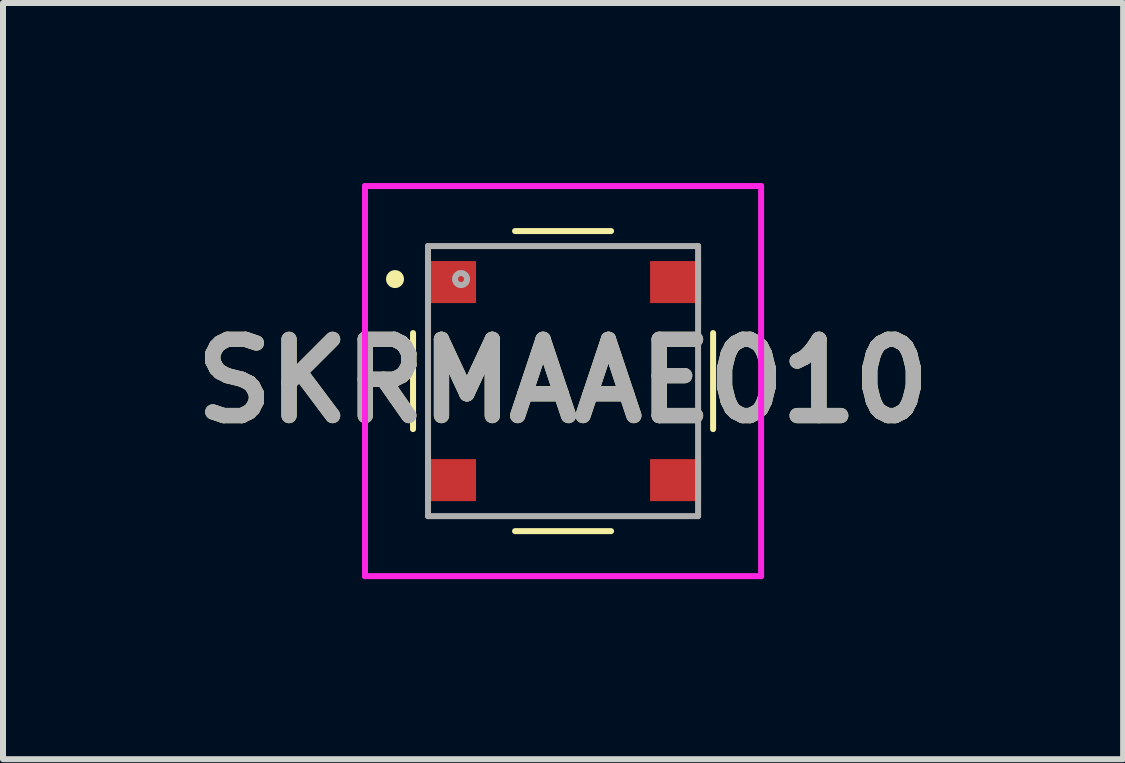
<source format=kicad_pcb>
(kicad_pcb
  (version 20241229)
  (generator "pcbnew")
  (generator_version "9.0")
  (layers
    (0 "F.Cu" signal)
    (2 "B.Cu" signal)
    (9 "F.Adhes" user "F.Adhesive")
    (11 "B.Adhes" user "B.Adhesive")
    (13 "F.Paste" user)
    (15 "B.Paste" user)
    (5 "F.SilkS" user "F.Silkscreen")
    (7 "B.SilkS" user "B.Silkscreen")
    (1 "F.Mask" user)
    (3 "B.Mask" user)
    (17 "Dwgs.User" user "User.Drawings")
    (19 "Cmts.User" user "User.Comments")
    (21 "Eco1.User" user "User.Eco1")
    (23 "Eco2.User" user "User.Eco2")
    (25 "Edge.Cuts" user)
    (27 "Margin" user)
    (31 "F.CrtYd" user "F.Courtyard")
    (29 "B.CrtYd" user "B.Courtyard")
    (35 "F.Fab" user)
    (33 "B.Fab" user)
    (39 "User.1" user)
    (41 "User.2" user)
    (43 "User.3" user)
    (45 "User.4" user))
  (footprint "SKRMAAE010"
    (layer "F.Cu")
    (at 6.332 3.3)
    (property "Reference" "SKRMAAE010" (at 0 0 0) (layer "F.SilkS") (effects (font (size 1.27 1.27) (thickness 0.254))))
    (attr smd)
    (fp_line (start -2.5 -0.8) (end -2.5 0.8) (stroke (width 0.1) (type solid)) (layer "F.SilkS"))
    (fp_line (start -0.8 -2.5) (end 0.8 -2.5) (stroke (width 0.1) (type solid)) (layer "F.SilkS"))
    (fp_line (start -0.8 2.5) (end 0.8 2.5) (stroke (width 0.1) (type solid)) (layer "F.SilkS"))
    (fp_line (start 2.5 -0.8) (end 2.5 0.8) (stroke (width 0.1) (type solid)) (layer "F.SilkS"))
    (fp_circle (center -2.8 -1.7) (end -2.7 -1.7) (stroke (width 0.1) (type default)) (fill yes) (layer "F.SilkS"))
    (fp_line (start -3.3 -3.25) (end 3.3 -3.25) (stroke (width 0.1) (type solid)) (layer "F.CrtYd"))
    (fp_line (start -3.3 3.25) (end -3.3 -3.25) (stroke (width 0.1) (type solid)) (layer "F.CrtYd"))
    (fp_line (start 3.3 -3.25) (end 3.3 3.25) (stroke (width 0.1) (type solid)) (layer "F.CrtYd"))
    (fp_line (start 3.3 3.25) (end -3.3 3.25) (stroke (width 0.1) (type solid)) (layer "F.CrtYd"))
    (fp_line (start -2.25 -2.25) (end 2.25 -2.25) (stroke (width 0.1) (type solid)) (layer "F.Fab"))
    (fp_line (start -2.25 2.25) (end -2.25 -2.25) (stroke (width 0.1) (type solid)) (layer "F.Fab"))
    (fp_line (start 2.25 -2.25) (end 2.25 2.25) (stroke (width 0.1) (type solid)) (layer "F.Fab"))
    (fp_line (start 2.25 2.25) (end -2.25 2.25) (stroke (width 0.1) (type solid)) (layer "F.Fab"))
    (fp_circle (center -1.7 -1.7) (end -1.6 -1.7) (stroke (width 0.1) (type default)) (fill no) (layer "F.Fab"))
    (fp_text user "${REFERENCE}" (at 0 0 0) (layer "F.Fab") (effects (font (size 1.27 1.27) (thickness 0.254))))
    (pad "1" smd rect (at -1.875 -1.65 90) (size 0.7 0.85) (layers "F.Cu" "F.Mask" "F.Paste"))
    (pad "2" smd rect (at -1.875 1.65 90) (size 0.7 0.85) (layers "F.Cu" "F.Mask" "F.Paste"))
    (pad "3" smd rect (at 1.875 -1.65 90) (size 0.7 0.85) (layers "F.Cu" "F.Mask" "F.Paste"))
    (pad "4" smd rect (at 1.875 1.65 90) (size 0.7 0.85) (layers "F.Cu" "F.Mask" "F.Paste")))
  (gr_rect
    (start -3 -3)
    (end 15.664 9.6)
    (stroke (width 0.1) (type default))
    (fill no)
    (layer "Edge.Cuts")))
</source>
